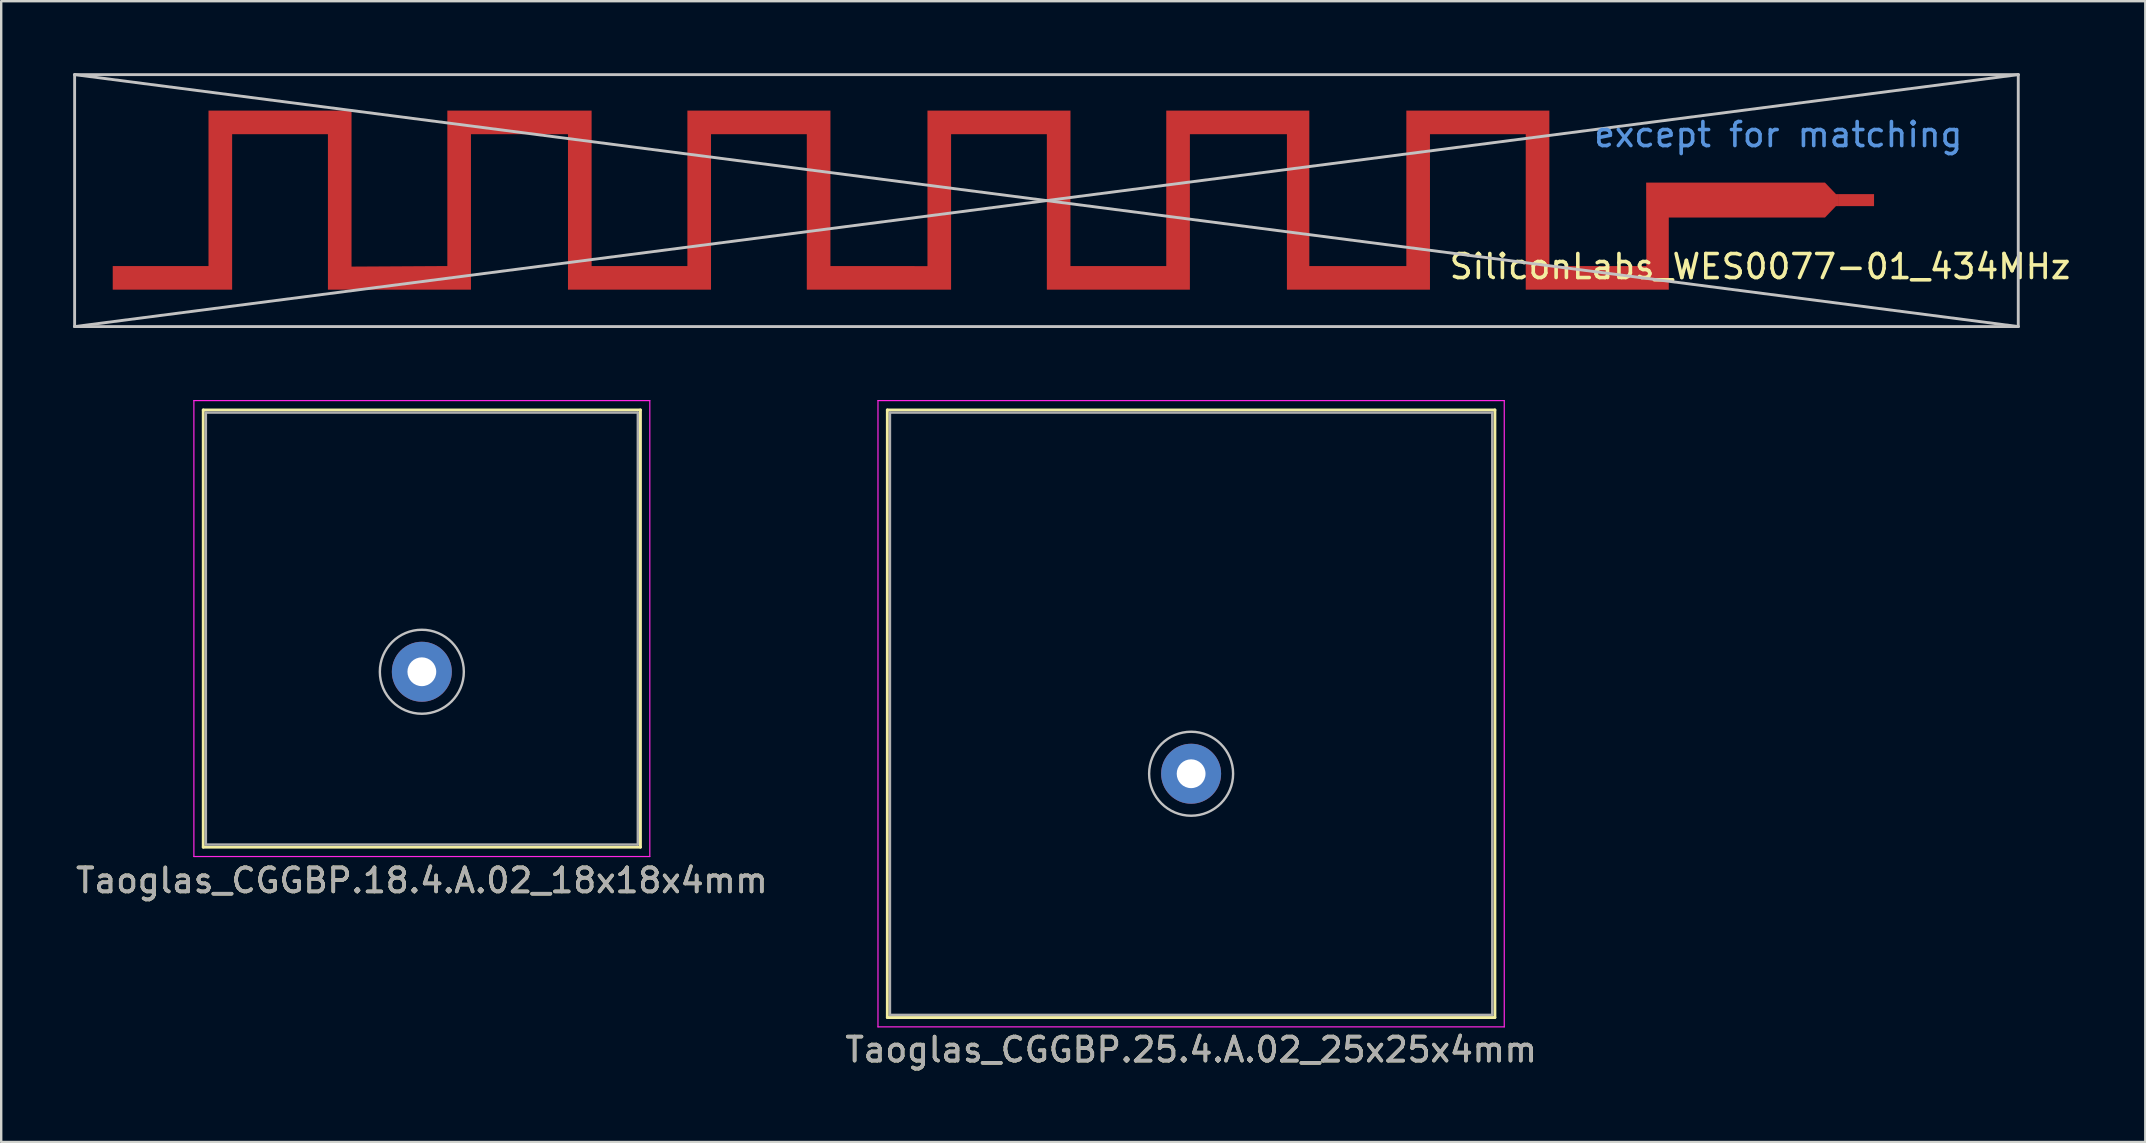
<source format=kicad_pcb>
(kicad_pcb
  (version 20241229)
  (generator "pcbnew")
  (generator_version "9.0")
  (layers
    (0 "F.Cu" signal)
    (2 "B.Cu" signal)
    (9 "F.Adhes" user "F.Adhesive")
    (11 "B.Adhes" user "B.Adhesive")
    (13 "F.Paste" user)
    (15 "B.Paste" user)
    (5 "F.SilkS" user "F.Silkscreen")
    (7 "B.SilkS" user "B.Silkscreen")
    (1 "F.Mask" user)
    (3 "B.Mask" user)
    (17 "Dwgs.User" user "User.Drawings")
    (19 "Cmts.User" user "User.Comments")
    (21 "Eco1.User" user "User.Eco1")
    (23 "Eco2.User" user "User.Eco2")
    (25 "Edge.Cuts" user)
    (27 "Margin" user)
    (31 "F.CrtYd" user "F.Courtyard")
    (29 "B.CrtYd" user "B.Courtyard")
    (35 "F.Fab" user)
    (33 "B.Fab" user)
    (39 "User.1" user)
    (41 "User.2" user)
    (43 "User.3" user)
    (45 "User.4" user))
  (footprint "Taoglas_CGGBP.18.4.A.02_18x18x4mm"
    (layer "F.Cu")
    (at 14.53 24.945)
    (property "Reference" "Taoglas_CGGBP.18.4.A.02_18x18x4mm" (at 0 8.7 0) (layer "F.SilkS") (effects (font (size 1 1) (thickness 0.15))))
    (attr through_hole)
    (fp_line (start -9.11 -10.91) (end -9.11 7.31) (stroke (width 0.12) (type solid)) (layer "F.SilkS"))
    (fp_line (start -9.11 -10.91) (end 9.11 -10.91) (stroke (width 0.12) (type solid)) (layer "F.SilkS"))
    (fp_line (start -9.11 7.31) (end 9.11 7.31) (stroke (width 0.12) (type solid)) (layer "F.SilkS"))
    (fp_line (start 9.11 -10.91) (end 9.11 7.31) (stroke (width 0.12) (type solid)) (layer "F.SilkS"))
    (fp_circle (center 0 0) (end 1.75 0) (stroke (width 0.1) (type solid)) (fill no) (layer "Dwgs.User"))
    (fp_line (start -9.5 -11.3) (end -9.5 7.7) (stroke (width 0.05) (type solid)) (layer "F.CrtYd"))
    (fp_line (start -9.5 -11.3) (end 9.5 -11.3) (stroke (width 0.05) (type solid)) (layer "F.CrtYd"))
    (fp_line (start -9.5 7.7) (end 9.5 7.7) (stroke (width 0.05) (type solid)) (layer "F.CrtYd"))
    (fp_line (start 9.5 -11.3) (end 9.5 7.7) (stroke (width 0.05) (type solid)) (layer "F.CrtYd"))
    (fp_line (start -9 -10.8) (end -9 7.2) (stroke (width 0.1) (type solid)) (layer "F.Fab"))
    (fp_line (start -9 -10.8) (end 9 -10.8) (stroke (width 0.1) (type solid)) (layer "F.Fab"))
    (fp_line (start -9 7.2) (end 9 7.2) (stroke (width 0.1) (type solid)) (layer "F.Fab"))
    (fp_line (start 9 -10.8) (end 9 7.2) (stroke (width 0.1) (type solid)) (layer "F.Fab"))
    (fp_text user "${REFERENCE}" (at 0 8.7 0) (layer "F.Fab") (effects (font (size 1 1) (thickness 0.15))))
    (pad "1" thru_hole circle (at 0 0) (size 2.5 2.5) (drill 1.2) (layers "*.Cu" "*.Mask")))
  (footprint "SiliconLabs_WES0077-01_434MHz"
    (layer "F.Cu")
    (at 37.06 5.56)
    (property "Reference" "SiliconLabs_WES0077-01_434MHz" (at 33.24 2.5 0) (layer "F.SilkS") (effects (font (size 1 1) (thickness 0.15))))
    (attr exclude_from_pos_files exclude_from_bom)
    (fp_poly (pts (xy -21.468 2.477) (xy -21.468 -4.002) (xy -15.455 -4.002) (xy -15.455 2.477) (xy -11.464 2.477) (xy -11.464 -4.002) (xy -5.502 -4.002) (xy -5.502 2.477) (xy -1.459 2.48) (xy -1.459 -4.002) (xy 4.502 -4) (xy 4.5 2.477) (xy 8.493 2.477) (xy 8.493 -4.002) (xy 14.455 -4.002) (xy 14.455 2.477) (xy 18.498 2.477) (xy 18.498 -4.002) (xy 24.459 -4.002) (xy 24.459 2.477) (xy 28.502 2.477) (xy 28.492 -1) (xy 35.945 -1) (xy 36.403 -0.52) (xy 36.492 -0.52) (xy 36.492 -0.02) (xy 36.403 -0.02) (xy 35.945 0.456) (xy 29.436 0.456) (xy 29.436 3.462) (xy 23.474 3.462) (xy 23.474 -3.017) (xy 19.483 -3.017) (xy 19.483 3.462) (xy 13.522 3.462) (xy 13.522 -3.017) (xy 9.478 -3.017) (xy 9.478 3.462) (xy 3.517 3.462) (xy 3.517 -3.017) (xy -0.474 -3.017) (xy -0.474 3.462) (xy -6.487 3.462) (xy -6.487 -3.017) (xy -10.479 -3.017) (xy -10.479 3.462) (xy -16.44 3.462) (xy -16.44 -3.017) (xy -20.483 -3.017) (xy -20.483 3.462) (xy -26.444 3.462) (xy -26.444 -3.017) (xy -30.436 -3.017) (xy -30.436 3.462) (xy -35.412 3.462) (xy -35.412 2.477) (xy -31.421 2.477) (xy -31.421 -4.002) (xy -25.46 -4.002) (xy -25.46 2.5)) (stroke (width 0) (type solid)) (fill yes) (layer "F.Cu"))
    (fp_line (start -37 -5.5) (end -37 5) (stroke (width 0.12) (type solid)) (layer "Dwgs.User"))
    (fp_line (start -37 5) (end 44 -5.5) (stroke (width 0.12) (type solid)) (layer "Dwgs.User"))
    (fp_line (start -37 5) (end 44 5) (stroke (width 0.12) (type solid)) (layer "Dwgs.User"))
    (fp_line (start 44 -5.5) (end -37 -5.5) (stroke (width 0.12) (type solid)) (layer "Dwgs.User"))
    (fp_line (start 44 5) (end -37 -5.5) (stroke (width 0.12) (type solid)) (layer "Dwgs.User"))
    (fp_line (start 44 5) (end 44 -5.5) (stroke (width 0.12) (type solid)) (layer "Dwgs.User"))
    (fp_text user "except for matching" (at 34 -3 0) (layer "Cmts.User") (effects (font (size 1 1) (thickness 0.15))))
    (pad "1" smd rect (at 37.24 -0.27) (size 1.5 0.5) (layers "F.Cu")))
  (footprint "Taoglas_CGGBP.25.4.A.02_25x25x4mm"
    (layer "F.Cu")
    (at 46.589 29.195)
    (property "Reference" "Taoglas_CGGBP.25.4.A.02_25x25x4mm" (at 0 11.5 0) (layer "F.SilkS") (effects (font (size 1 1) (thickness 0.15))))
    (attr through_hole)
    (fp_line (start -12.66 -15.16) (end -12.66 10.16) (stroke (width 0.12) (type solid)) (layer "F.SilkS"))
    (fp_line (start -12.66 -15.16) (end 12.66 -15.16) (stroke (width 0.12) (type solid)) (layer "F.SilkS"))
    (fp_line (start -12.66 10.16) (end 12.66 10.16) (stroke (width 0.12) (type solid)) (layer "F.SilkS"))
    (fp_line (start 12.66 -15.16) (end 12.66 10.16) (stroke (width 0.12) (type solid)) (layer "F.SilkS"))
    (fp_circle (center 0 0) (end 1.75 0) (stroke (width 0.1) (type solid)) (fill no) (layer "Dwgs.User"))
    (fp_line (start -13.05 -15.55) (end -13.05 10.55) (stroke (width 0.05) (type solid)) (layer "F.CrtYd"))
    (fp_line (start -13.05 -15.55) (end 13.05 -15.55) (stroke (width 0.05) (type solid)) (layer "F.CrtYd"))
    (fp_line (start -13.05 10.55) (end 13.05 10.55) (stroke (width 0.05) (type solid)) (layer "F.CrtYd"))
    (fp_line (start 13.05 -15.55) (end 13.05 10.55) (stroke (width 0.05) (type solid)) (layer "F.CrtYd"))
    (fp_line (start -12.55 -15.05) (end -12.55 10.05) (stroke (width 0.1) (type solid)) (layer "F.Fab"))
    (fp_line (start -12.55 -15.05) (end 12.55 -15.05) (stroke (width 0.1) (type solid)) (layer "F.Fab"))
    (fp_line (start -12.55 10.05) (end 12.55 10.05) (stroke (width 0.1) (type solid)) (layer "F.Fab"))
    (fp_line (start 12.55 -15.05) (end 12.55 10.05) (stroke (width 0.1) (type solid)) (layer "F.Fab"))
    (fp_text user "${REFERENCE}" (at 0 11.5 0) (layer "F.Fab") (effects (font (size 1 1) (thickness 0.15))))
    (pad "1" thru_hole circle (at 0 0) (size 2.5 2.5) (drill 1.2) (layers "*.Cu" "*.Mask")))
  (gr_rect
    (start -3 -3)
    (end 86.354 44.543)
    (stroke (width 0.1) (type default))
    (fill no)
    (layer "Edge.Cuts")))
</source>
